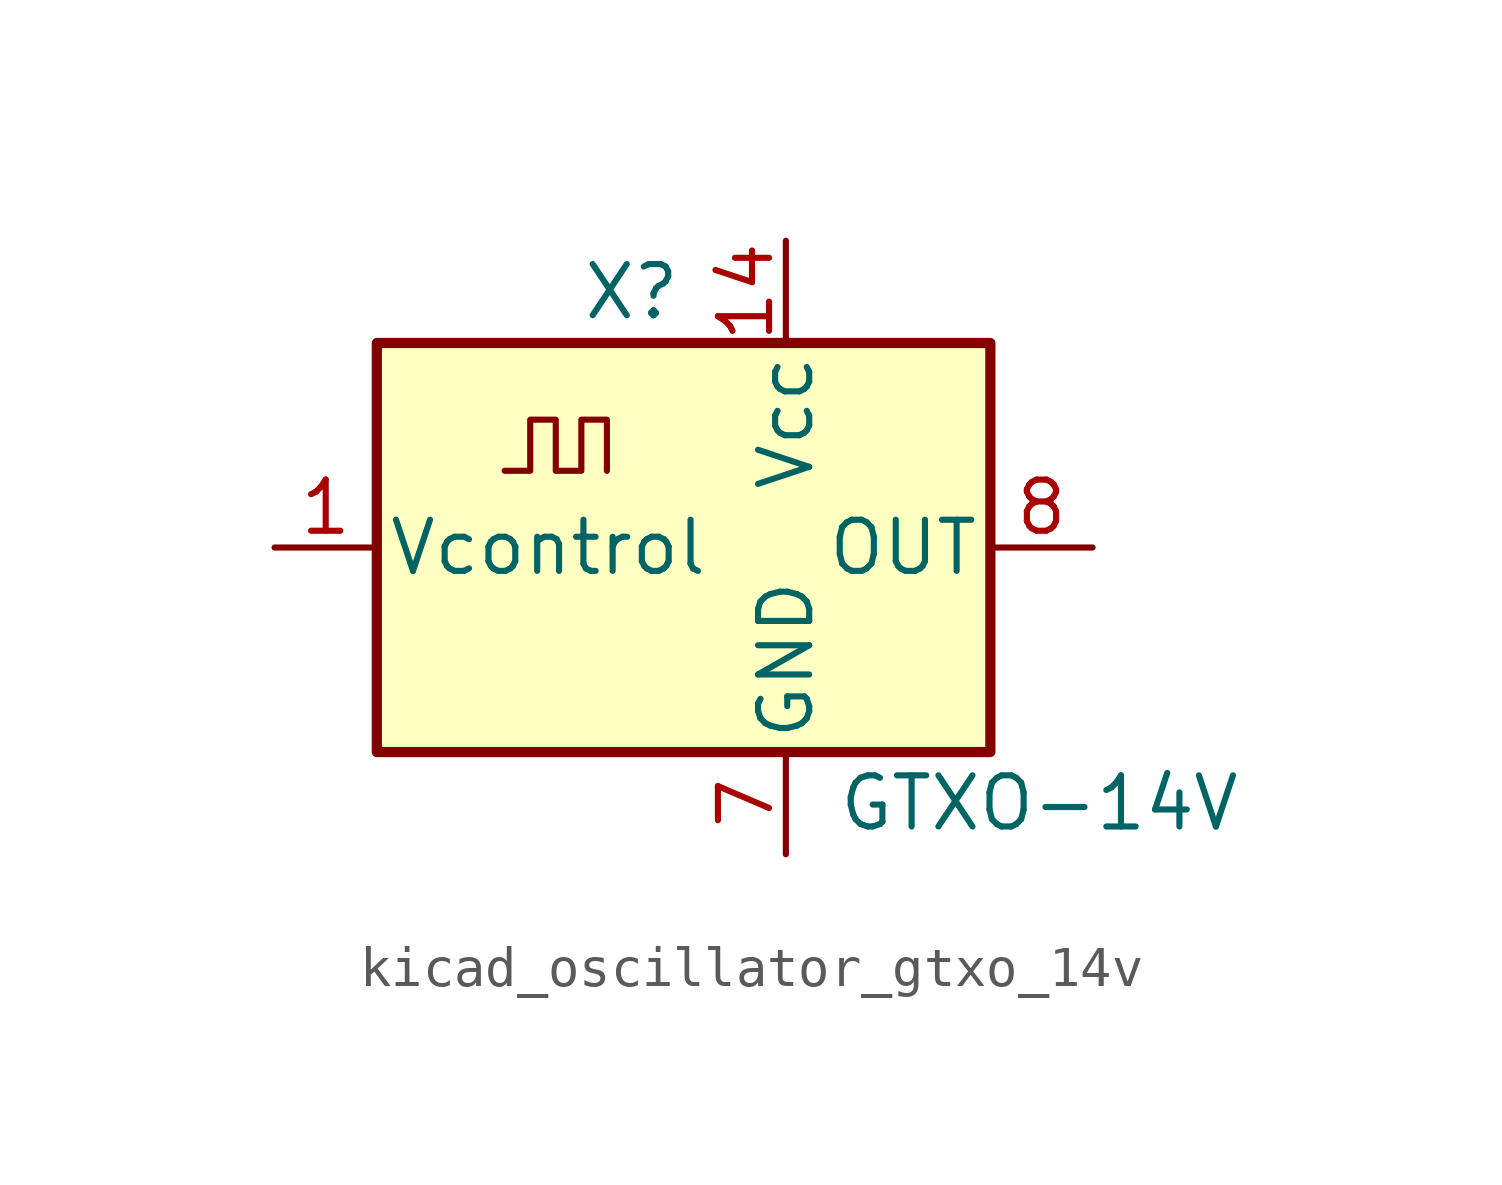
<source format=kicad_sym>
(kicad_symbol_lib
  (version 20220914)
  (generator kicad_symbol_editor)
  (symbol "kicad_oscillator_gtxo_14v"
    (pin_names
      (offset 0.254))
    (property "Reference" "X"
      (at -5.08 6.35 0)
      (effects (font (size 1.27 1.27)) (justify left)))
    (property "Value" "GTXO-14V"
      (at 1.27 -6.35 0)
      (effects (font (size 1.27 1.27)) (justify left)))
    (symbol "kicad_oscillator_gtxo_14v_0_1"
      (rectangle (start -10.16 5.08) (end 5.08 -5.08) (stroke (width 0.254) (type default)) (fill (type background)))
      (polyline (pts (xy -6.985 1.905) (xy -6.35 1.905) (xy -6.35 3.175) (xy -5.715 3.175) (xy -5.715 1.905) (xy -5.08 1.905) (xy -5.08 3.175) (xy -4.445 3.175) (xy -4.445 1.905)) (stroke (width 0) (type default)) (fill (type none))))
    (symbol "kicad_oscillator_gtxo_14v_1_1"
      (pin input line (at -12.7 0 0) (length 2.54) (name "Vcontrol" (effects (font (size 1.27 1.27)))) (number "1" (effects (font (size 1.27 1.27)))))
      (pin power_in line (at 0 7.62 270) (length 2.54) (name "Vcc" (effects (font (size 1.27 1.27)))) (number "14" (effects (font (size 1.27 1.27)))))
      (pin power_in line (at 0 -7.62 90) (length 2.54) (name "GND" (effects (font (size 1.27 1.27)))) (number "7" (effects (font (size 1.27 1.27)))))
      (pin output line (at 7.62 0 180) (length 2.54) (name "OUT" (effects (font (size 1.27 1.27)))) (number "8" (effects (font (size 1.27 1.27))))))))
</source>
